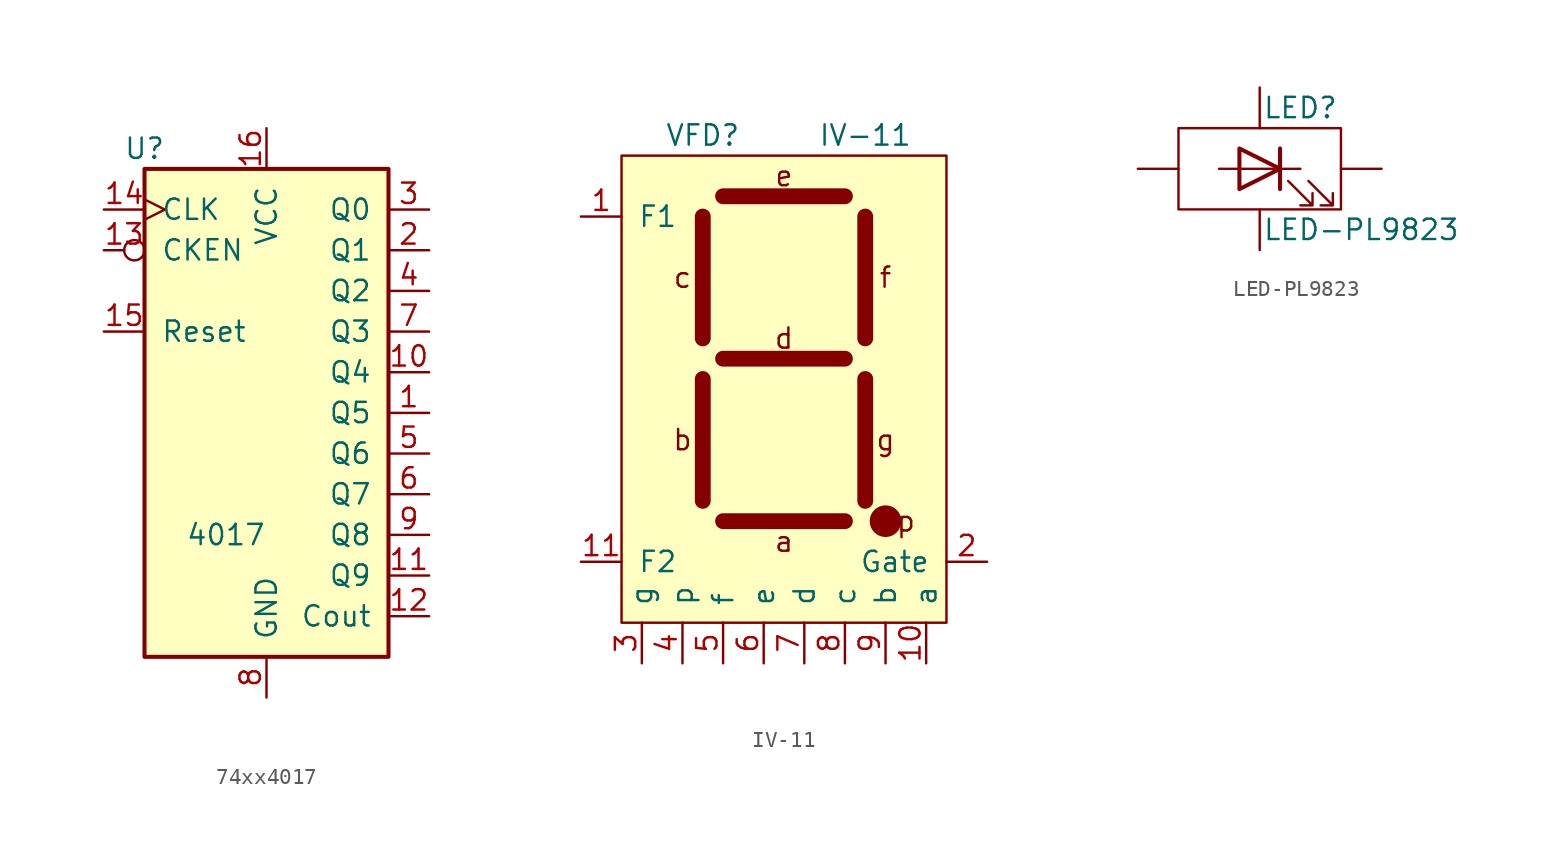
<source format=kicad_sym>
(kicad_symbol_lib
  (version 20220914)
  (generator kicad_symbol_editor)
  (symbol "74xx4017"
    (pin_names
      (offset 1.016))
    (property "Reference" "U"
      (at -7.62 16.51 0)
      (effects (font (size 1.27 1.27))))
    (property "Value" "4017"
      (at -2.54 -7.62 0)
      (effects (font (size 1.27 1.27))))
    (property "ki_locked" ""
      (at 0 0 0)
      (effects (font (size 1.27 1.27))))
    (symbol "74xx4017_1_0"
      (pin output line (at 10.16 0 180) (length 2.54) (name "Q5" (effects (font (size 1.27 1.27)))) (number "1" (effects (font (size 1.27 1.27)))))
      (pin output line (at 10.16 2.54 180) (length 2.54) (name "Q4" (effects (font (size 1.27 1.27)))) (number "10" (effects (font (size 1.27 1.27)))))
      (pin output line (at 10.16 -10.16 180) (length 2.54) (name "Q9" (effects (font (size 1.27 1.27)))) (number "11" (effects (font (size 1.27 1.27)))))
      (pin output line (at 10.16 -12.7 180) (length 2.54) (name "Cout" (effects (font (size 1.27 1.27)))) (number "12" (effects (font (size 1.27 1.27)))))
      (pin input inverted (at -10.16 10.16 0) (length 2.54) (name "CKEN" (effects (font (size 1.27 1.27)))) (number "13" (effects (font (size 1.27 1.27)))))
      (pin input clock (at -10.16 12.7 0) (length 2.54) (name "CLK" (effects (font (size 1.27 1.27)))) (number "14" (effects (font (size 1.27 1.27)))))
      (pin input line (at -10.16 5.08 0) (length 2.54) (name "Reset" (effects (font (size 1.27 1.27)))) (number "15" (effects (font (size 1.27 1.27)))))
      (pin power_in line (at 0 17.78 270) (length 2.54) (name "VCC" (effects (font (size 1.27 1.27)))) (number "16" (effects (font (size 1.27 1.27)))))
      (pin output line (at 10.16 10.16 180) (length 2.54) (name "Q1" (effects (font (size 1.27 1.27)))) (number "2" (effects (font (size 1.27 1.27)))))
      (pin output line (at 10.16 12.7 180) (length 2.54) (name "Q0" (effects (font (size 1.27 1.27)))) (number "3" (effects (font (size 1.27 1.27)))))
      (pin output line (at 10.16 7.62 180) (length 2.54) (name "Q2" (effects (font (size 1.27 1.27)))) (number "4" (effects (font (size 1.27 1.27)))))
      (pin output line (at 10.16 -2.54 180) (length 2.54) (name "Q6" (effects (font (size 1.27 1.27)))) (number "5" (effects (font (size 1.27 1.27)))))
      (pin output line (at 10.16 -5.08 180) (length 2.54) (name "Q7" (effects (font (size 1.27 1.27)))) (number "6" (effects (font (size 1.27 1.27)))))
      (pin output line (at 10.16 5.08 180) (length 2.54) (name "Q3" (effects (font (size 1.27 1.27)))) (number "7" (effects (font (size 1.27 1.27)))))
      (pin power_in line (at 0 -17.78 90) (length 2.54) (name "GND" (effects (font (size 1.27 1.27)))) (number "8" (effects (font (size 1.27 1.27)))))
      (pin output line (at 10.16 -7.62 180) (length 2.54) (name "Q8" (effects (font (size 1.27 1.27)))) (number "9" (effects (font (size 1.27 1.27))))))
    (symbol "74xx4017_1_1"
      (rectangle (start -7.62 15.24) (end 7.62 -15.24) (stroke (width 0.254) (type default)) (fill (type background)))))
  (symbol "IV-11"
    (pin_names
      (offset 1.016))
    (property "Reference" "VFD"
      (at -5.08 13.97 0)
      (effects (font (size 1.27 1.27))))
    (property "Value" "IV-11"
      (at 5.08 13.97 0)
      (effects (font (size 1.27 1.27))))
    (symbol "IV-11_0_0"
      (circle (center 6.35 -10.16) (radius 0.0001) (stroke (width 0) (type solid)) (fill (type none)))
      (circle (center 6.35 -10.16) (radius 0.0001) (stroke (width 0.991) (type solid)) (fill (type none)))
      (text "a" (at 0 -11.43 0) (effects (font (size 1.27 1.27))))
      (text "b" (at -6.35 -5.08 0) (effects (font (size 1.27 1.27))))
      (text "c" (at -6.35 5.08 0) (effects (font (size 1.27 1.27))))
      (text "d" (at 0 1.27 0) (effects (font (size 1.27 1.27))))
      (text "e" (at 0 11.43 0) (effects (font (size 1.27 1.27))))
      (text "f" (at 6.35 5.08 0) (effects (font (size 1.27 1.27))))
      (text "g" (at 6.35 -5.08 0) (effects (font (size 1.27 1.27))))
      (text "p" (at 7.62 -10.16 0) (effects (font (size 1.27 1.27)))))
    (symbol "IV-11_0_1"
      (polyline (pts (xy -5.08 -8.89) (xy -5.08 -1.27)) (stroke (width 0.991) (type solid)) (fill (type none)))
      (polyline (pts (xy -5.08 8.89) (xy -5.08 1.27)) (stroke (width 0.991) (type solid)) (fill (type none)))
      (polyline (pts (xy -3.81 0) (xy -3.81 0)) (stroke (width 0) (type solid)) (fill (type none)))
      (polyline (pts (xy -3.81 10.16) (xy 3.81 10.16)) (stroke (width 0.991) (type solid)) (fill (type none)))
      (polyline (pts (xy 3.81 -10.16) (xy -3.81 -10.16)) (stroke (width 0.991) (type solid)) (fill (type none)))
      (polyline (pts (xy 3.81 0) (xy -3.81 0)) (stroke (width 0.991) (type solid)) (fill (type none)))
      (polyline (pts (xy 5.08 -1.27) (xy 5.08 -8.89)) (stroke (width 0.991) (type solid)) (fill (type none)))
      (polyline (pts (xy 5.08 8.89) (xy 5.08 1.27)) (stroke (width 0.991) (type solid)) (fill (type none))))
    (symbol "IV-11_1_1"
      (rectangle (start -10.16 12.7) (end 10.16 -16.51) (stroke (width 0) (type solid)) (fill (type background)))
      (pin input line (at -12.7 8.89 0) (length 2.54) (name "F1" (effects (font (size 1.27 1.27)))) (number "1" (effects (font (size 1.27 1.27)))))
      (pin input line (at 8.89 -19.05 90) (length 2.54) (name "a" (effects (font (size 1.27 1.27)))) (number "10" (effects (font (size 1.27 1.27)))))
      (pin input line (at -12.7 -12.7 0) (length 2.54) (name "F2" (effects (font (size 1.27 1.27)))) (number "11" (effects (font (size 1.27 1.27)))))
      (pin input line (at 12.7 -12.7 180) (length 2.54) (name "Gate" (effects (font (size 1.27 1.27)))) (number "2" (effects (font (size 1.27 1.27)))))
      (pin input line (at -8.89 -19.05 90) (length 2.54) (name "g" (effects (font (size 1.27 1.27)))) (number "3" (effects (font (size 1.27 1.27)))))
      (pin input line (at -6.35 -19.05 90) (length 2.54) (name "p" (effects (font (size 1.27 1.27)))) (number "4" (effects (font (size 1.27 1.27)))))
      (pin input line (at -3.81 -19.05 90) (length 2.54) (name "f" (effects (font (size 1.27 1.27)))) (number "5" (effects (font (size 1.27 1.27)))))
      (pin input line (at -1.27 -19.05 90) (length 2.54) (name "e" (effects (font (size 1.27 1.27)))) (number "6" (effects (font (size 1.27 1.27)))))
      (pin input line (at 1.27 -19.05 90) (length 2.54) (name "d" (effects (font (size 1.27 1.27)))) (number "7" (effects (font (size 1.27 1.27)))))
      (pin input line (at 3.81 -19.05 90) (length 2.54) (name "c" (effects (font (size 1.27 1.27)))) (number "8" (effects (font (size 1.27 1.27)))))
      (pin input line (at 6.35 -19.05 90) (length 2.54) (name "b" (effects (font (size 1.27 1.27)))) (number "9" (effects (font (size 1.27 1.27)))))))
  (symbol "LED-PL9823"
    (pin_numbers hide)
    (pin_names
      (offset 1.016) hide)
    (property "Reference" "LED"
      (at 2.54 3.81 0)
      (effects (font (size 1.27 1.27))))
    (property "Value" "LED-PL9823"
      (at 6.35 -3.81 0)
      (effects (font (size 1.27 1.27))))
    (symbol "LED-PL9823_0_1"
      (rectangle (start -5.08 2.54) (end 5.08 -2.54) (stroke (width 0) (type default)) (fill (type none)))
      (polyline (pts (xy 1.27 -1.27) (xy 1.27 1.27)) (stroke (width 0.254) (type default)) (fill (type none)))
      (polyline (pts (xy -1.27 0) (xy -2.54 0) (xy 2.54 0)) (stroke (width 0) (type default)) (fill (type none)))
      (polyline (pts (xy -1.27 -1.27) (xy -1.27 1.27) (xy 1.27 0) (xy -1.27 -1.27)) (stroke (width 0.254) (type default)) (fill (type none)))
      (polyline (pts (xy 1.778 -0.762) (xy 3.302 -2.286) (xy 2.54 -2.286) (xy 3.302 -2.286) (xy 3.302 -1.524)) (stroke (width 0) (type default)) (fill (type none)))
      (polyline (pts (xy 3.048 -0.762) (xy 4.572 -2.286) (xy 3.81 -2.286) (xy 4.572 -2.286) (xy 4.572 -1.524)) (stroke (width 0) (type default)) (fill (type none))))
    (symbol "LED-PL9823_1_1"
      (pin output line (at 7.62 0 180) (length 2.54) (name "Dout" (effects (font (size 1.27 1.27)))) (number "1" (effects (font (size 1.27 1.27)))))
      (pin power_in line (at 0 -5.08 90) (length 2.54) (name "GND" (effects (font (size 1.27 1.27)))) (number "2" (effects (font (size 1.27 1.27)))))
      (pin power_in line (at 0 5.08 270) (length 2.54) (name "VDD" (effects (font (size 1.27 1.27)))) (number "3" (effects (font (size 1.27 1.27)))))
      (pin input line (at -7.62 0 0) (length 2.54) (name "Din" (effects (font (size 1.27 1.27)))) (number "4" (effects (font (size 1.27 1.27))))))))
</source>
